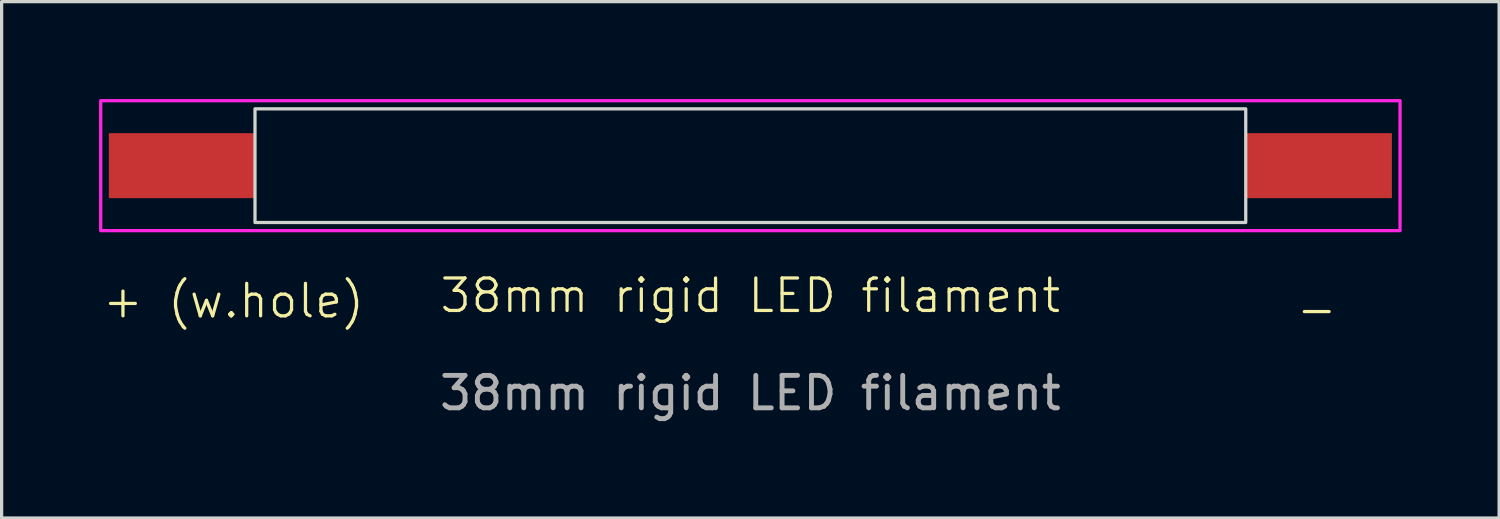
<source format=kicad_pcb>
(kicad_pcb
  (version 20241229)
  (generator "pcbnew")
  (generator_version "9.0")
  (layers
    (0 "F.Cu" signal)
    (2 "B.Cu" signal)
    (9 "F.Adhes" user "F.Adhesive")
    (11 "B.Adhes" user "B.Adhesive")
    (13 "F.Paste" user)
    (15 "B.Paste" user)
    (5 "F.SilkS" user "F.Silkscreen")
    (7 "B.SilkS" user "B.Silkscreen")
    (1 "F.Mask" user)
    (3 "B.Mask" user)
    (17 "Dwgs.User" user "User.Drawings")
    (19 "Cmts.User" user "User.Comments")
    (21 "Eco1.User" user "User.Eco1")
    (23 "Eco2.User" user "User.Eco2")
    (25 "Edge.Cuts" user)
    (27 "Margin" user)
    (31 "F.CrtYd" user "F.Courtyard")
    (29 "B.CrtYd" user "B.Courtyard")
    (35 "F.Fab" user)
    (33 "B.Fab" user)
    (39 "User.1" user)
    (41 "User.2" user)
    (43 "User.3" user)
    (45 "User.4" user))
  (footprint "38mm rigid LED filament"
    (layer "F.Cu")
    (at 20.05 2.05)
    (property "Reference" "38mm rigid LED filament" (at 0 4 0) (unlocked yes) (layer "F.SilkS") (effects (font (size 1 1) (thickness 0.1))))
    (attr smd)
    (fp_rect (start -15.25 -1.75) (end 15.25 1.75) (stroke (width 0.1) (type solid)) (fill no) (layer "Edge.Cuts"))
    (fp_rect (start -20 -2) (end 20 2) (stroke (width 0.1) (type solid)) (fill no) (layer "F.CrtYd"))
    (fp_text user "+ (w.hole)" (at -20 4.75 0) (unlocked yes) (layer "F.SilkS") (effects (font (size 1 1) (thickness 0.1)) (justify left bottom)))
    (fp_text user "-" (at 16.75 5 0) (unlocked yes) (layer "F.SilkS") (effects (font (size 1 1) (thickness 0.1)) (justify left bottom)))
    (fp_text user "${REFERENCE}" (at 0 7 0) (unlocked yes) (layer "F.Fab") (effects (font (size 1 1) (thickness 0.15))))
    (pad "1" smd rect (at -17.5 0) (size 4.5 2) (layers "F.Cu" "F.Mask" "F.Paste"))
    (pad "2" smd rect (at 17.5 0) (size 4.5 2) (layers "F.Cu" "F.Mask" "F.Paste")))
  (gr_rect
    (start -3 -3)
    (end 43.1 12.898)
    (stroke (width 0.1) (type default))
    (fill no)
    (layer "Edge.Cuts")))
</source>
